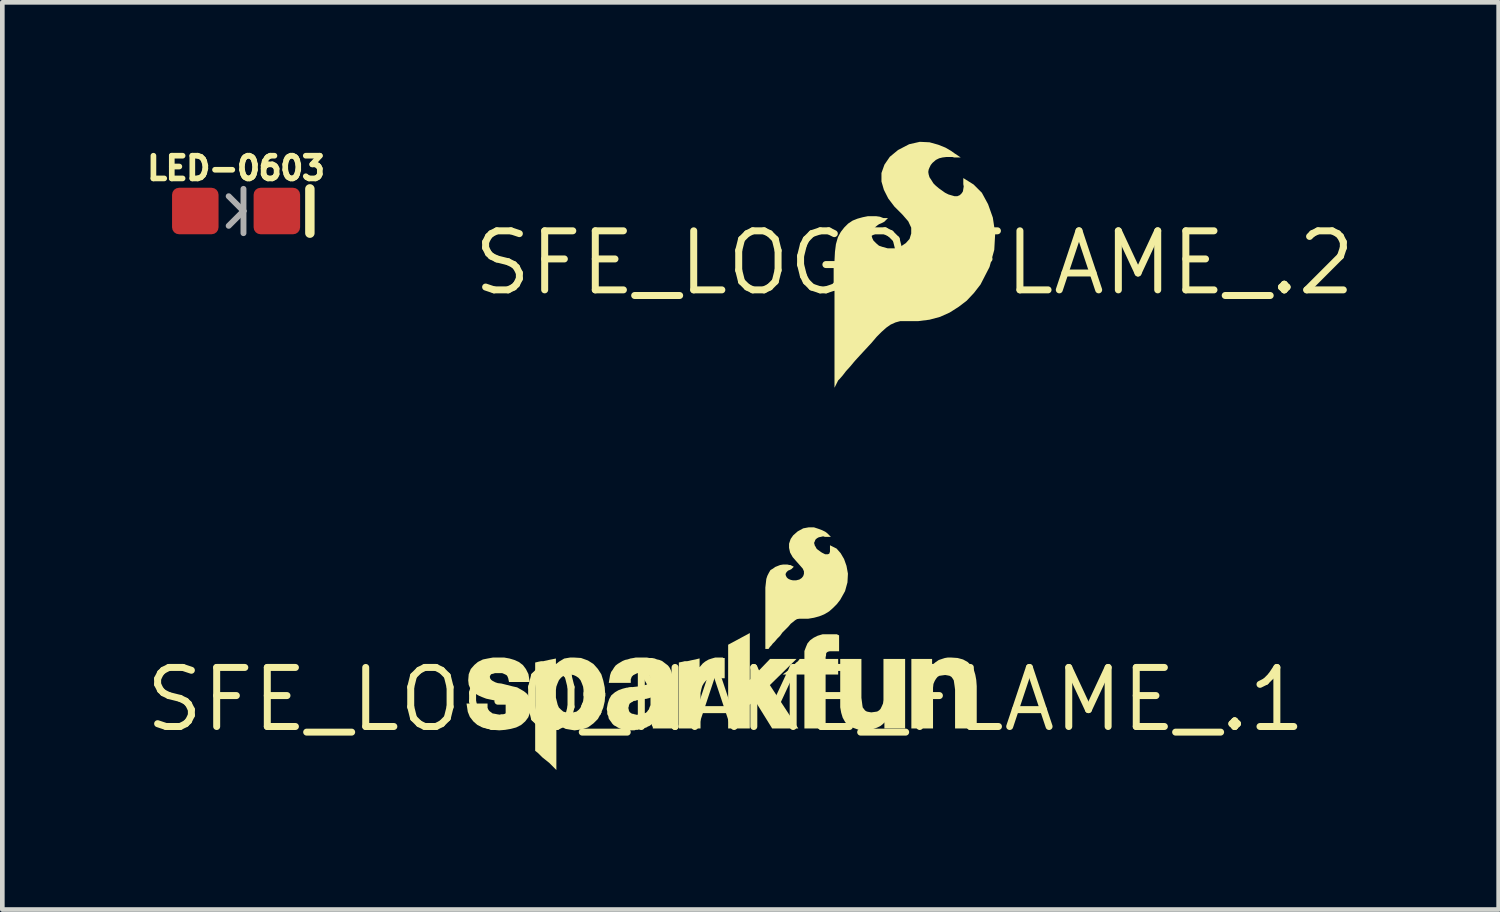
<source format=kicad_pcb>
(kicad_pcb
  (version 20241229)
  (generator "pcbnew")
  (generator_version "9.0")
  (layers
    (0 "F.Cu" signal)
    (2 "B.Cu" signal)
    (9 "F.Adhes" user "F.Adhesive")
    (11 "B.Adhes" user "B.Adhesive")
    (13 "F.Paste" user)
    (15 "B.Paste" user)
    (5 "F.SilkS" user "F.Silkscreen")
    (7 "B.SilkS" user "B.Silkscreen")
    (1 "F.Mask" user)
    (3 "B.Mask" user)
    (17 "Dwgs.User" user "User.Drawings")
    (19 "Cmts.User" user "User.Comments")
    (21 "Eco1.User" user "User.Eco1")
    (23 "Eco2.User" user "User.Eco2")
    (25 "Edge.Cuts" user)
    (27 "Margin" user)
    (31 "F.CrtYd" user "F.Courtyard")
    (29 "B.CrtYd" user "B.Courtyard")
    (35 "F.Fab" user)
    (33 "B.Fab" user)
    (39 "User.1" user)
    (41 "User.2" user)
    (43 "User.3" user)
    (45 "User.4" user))
  (footprint "SFE_LOGO_NAME_FLAME_.1"
    (layer "F.Cu")
    (at 12.556 11.994)
    (property "Reference" "SFE_LOGO_NAME_FLAME_.1" (at 0 0 0) (layer "F.SilkS") (effects (font (size 1.27 1.27) (thickness 0.15))))
    (fp_poly (pts (xy -2.588 -0.143) (xy -2.601 0.04) (xy -2.633 0.176) (xy -2.699 0.335) (xy -3.107 0.144) (xy -3.066 0.035) (xy -3.057 -0.038) (xy -3.057 -0.155)) (stroke (width 0) (type solid)) (fill yes) (layer "F.SilkS"))
    (fp_poly (pts (xy -1.695 -0.036) (xy -1.75 -0.008) (xy -1.773 -0.008) (xy -1.803 0.002) (xy -1.843 0.002) (xy -1.873 0.012) (xy -1.91 0.012) (xy -1.93 0.022) (xy -1.985 0.022) (xy -2.092 -0.258) (xy -1.864 -0.284) (xy -1.76 -0.299)) (stroke (width 0) (type solid)) (fill yes) (layer "F.SilkS"))
    (fp_poly (pts (xy 0.519 -0.421) (xy 0.955 -0.874) (xy 1.524 -0.874) (xy 0.95 -0.311) (xy 1.562 0.622) (xy 1 0.622) (xy 0.623 0.014) (xy 0.519 0.111) (xy 0.519 0.622) (xy 0.053 0.622) (xy 0.053 -1.179) (xy 0.519 -1.43)) (stroke (width 0) (type solid)) (fill yes) (layer "F.SilkS"))
    (fp_poly (pts (xy 2.439 -1.38) (xy 2.439 -1.038) (xy 2.236 -1.038) (xy 2.204 -1.03) (xy 2.177 -1.016) (xy 2.164 -0.997) (xy 2.159 -0.987) (xy 2.159 -0.951) (xy 2.149 -0.911) (xy 2.149 -0.874) (xy 2.419 -0.874) (xy 2.419 -0.538) (xy 2.149 -0.538) (xy 2.149 0.622) (xy 1.693 0.622) (xy 1.693 -0.538) (xy 1.227 -0.538) (xy 1.356 -0.635) (xy 1.516 -0.795) (xy 1.554 -0.823) (xy 1.592 -0.874) (xy 1.693 -0.874) (xy 1.693 -1.043) (xy 1.726 -1.13) (xy 1.758 -1.206) (xy 1.815 -1.274) (xy 1.891 -1.329) (xy 1.977 -1.372) (xy 2.085 -1.404) (xy 2.39 -1.404)) (stroke (width 0) (type solid)) (fill yes) (layer "F.SilkS"))
    (fp_poly (pts (xy -0.053 -0.894) (xy -0.021 -0.894) (xy -0.021 -0.458) (xy -0.078 -0.458) (xy -0.098 -0.468) (xy -0.197 -0.468) (xy -0.292 -0.458) (xy -0.365 -0.44) (xy -0.424 -0.406) (xy -0.468 -0.354) (xy -0.504 -0.291) (xy -0.522 -0.227) (xy -0.541 -0.142) (xy -0.541 0.622) (xy -1.007 0.622) (xy -1.007 -0.797) (xy -0.927 -0.813) (xy -0.884 -0.824) (xy -0.833 -0.824) (xy -0.787 -0.833) (xy -0.747 -0.843) (xy -0.647 -0.863) (xy -0.561 -0.885) (xy -0.561 -0.695) (xy -0.549 -0.71) (xy -0.496 -0.773) (xy -0.44 -0.818) (xy -0.365 -0.861) (xy -0.3 -0.882) (xy -0.224 -0.904) (xy -0.063 -0.904)) (stroke (width 0) (type solid)) (fill yes) (layer "F.SilkS"))
    (fp_poly (pts (xy 2.919 -0.038) (xy 2.939 0.118) (xy 2.947 0.169) (xy 2.997 0.235) (xy 3.035 0.258) (xy 3.078 0.267) (xy 3.132 0.276) (xy 3.205 0.266) (xy 3.258 0.258) (xy 3.297 0.234) (xy 3.33 0.201) (xy 3.356 0.148) (xy 3.384 0.084) (xy 3.393 0.012) (xy 3.393 -0.874) (xy 3.859 -0.874) (xy 3.859 0.622) (xy 3.413 0.622) (xy 3.413 0.49) (xy 3.388 0.521) (xy 3.332 0.566) (xy 3.267 0.599) (xy 3.214 0.62) (xy 3.15 0.641) (xy 3.077 0.652) (xy 3.013 0.662) (xy 2.863 0.652) (xy 2.745 0.609) (xy 2.649 0.555) (xy 2.571 0.488) (xy 2.516 0.389) (xy 2.484 0.283) (xy 2.463 0.167) (xy 2.463 -0.874) (xy 2.919 -0.874)) (stroke (width 0) (type solid)) (fill yes) (layer "F.SilkS"))
    (fp_poly (pts (xy 4.987 -0.894) (xy 5.105 -0.862) (xy 5.204 -0.807) (xy 5.281 -0.73) (xy 5.336 -0.642) (xy 5.368 -0.535) (xy 5.389 -0.421) (xy 5.399 -0.287) (xy 5.399 0.622) (xy 4.933 0.622) (xy 4.933 -0.214) (xy 4.923 -0.291) (xy 4.913 -0.36) (xy 4.905 -0.413) (xy 4.879 -0.455) (xy 4.855 -0.487) (xy 4.817 -0.51) (xy 4.774 -0.519) (xy 4.72 -0.528) (xy 4.647 -0.518) (xy 4.594 -0.51) (xy 4.556 -0.487) (xy 4.522 -0.444) (xy 4.495 -0.399) (xy 4.468 -0.336) (xy 4.459 -0.254) (xy 4.459 0.622) (xy 3.993 0.622) (xy 3.993 -0.874) (xy 4.439 -0.874) (xy 4.439 -0.738) (xy 4.466 -0.764) (xy 4.518 -0.807) (xy 4.584 -0.851) (xy 4.712 -0.893) (xy 4.778 -0.904) (xy 4.842 -0.904)) (stroke (width 0) (type solid)) (fill yes) (layer "F.SilkS"))
    (fp_poly (pts (xy -3.111 -0.894) (xy -2.962 -0.84) (xy -2.844 -0.765) (xy -2.749 -0.659) (xy -2.674 -0.542) (xy -2.632 -0.406) (xy -2.601 -0.261) (xy -2.588 -0.067) (xy -3.057 -0.079) (xy -3.057 -0.204) (xy -3.066 -0.277) (xy -3.094 -0.352) (xy -3.122 -0.416) (xy -3.165 -0.467) (xy -3.217 -0.502) (xy -3.279 -0.529) (xy -3.359 -0.538) (xy -3.43 -0.529) (xy -3.5 -0.502) (xy -3.542 -0.469) (xy -3.586 -0.416) (xy -3.614 -0.352) (xy -3.642 -0.277) (xy -3.651 -0.204) (xy -3.651 -0.041) (xy -3.613 0.112) (xy -3.587 0.172) (xy -3.543 0.216) (xy -3.491 0.26) (xy -3.432 0.276) (xy -3.349 0.286) (xy -3.276 0.276) (xy -3.207 0.259) (xy -3.156 0.217) (xy -3.122 0.174) (xy -3.078 0.073) (xy -2.666 0.267) (xy -2.748 0.417) (xy -2.844 0.513) (xy -2.961 0.598) (xy -3.09 0.641) (xy -3.25 0.663) (xy -3.441 0.631) (xy -3.507 0.597) (xy -3.614 0.533) (xy -3.641 0.5) (xy -3.641 1.516) (xy -3.794 1.362) (xy -3.944 1.242) (xy -4.034 1.152) (xy -4.097 1.102) (xy -4.097 -0.796) (xy -4.027 -0.813) (xy -3.973 -0.824) (xy -3.924 -0.824) (xy -3.887 -0.833) (xy -3.837 -0.843) (xy -3.797 -0.853) (xy -3.651 -0.882) (xy -3.651 -0.758) (xy -3.634 -0.774) (xy -3.581 -0.817) (xy -3.472 -0.882) (xy -3.342 -0.904) (xy -3.268 -0.904)) (stroke (width 0) (type solid)) (fill yes) (layer "F.SilkS"))
    (fp_poly (pts (xy -4.65 -0.883) (xy -4.546 -0.852) (xy -4.45 -0.809) (xy -4.362 -0.743) (xy -4.296 -0.656) (xy -4.242 -0.548) (xy -4.214 -0.378) (xy -4.66 -0.378) (xy -4.676 -0.455) (xy -4.693 -0.498) (xy -4.706 -0.519) (xy -4.728 -0.533) (xy -4.765 -0.551) (xy -4.806 -0.568) (xy -4.963 -0.568) (xy -4.988 -0.559) (xy -5.028 -0.549) (xy -5.045 -0.544) (xy -5.071 -0.504) (xy -5.071 -0.481) (xy -5.064 -0.453) (xy -5.042 -0.423) (xy -5.009 -0.399) (xy -4.954 -0.371) (xy -4.901 -0.353) (xy -4.822 -0.344) (xy -4.58 -0.283) (xy -4.485 -0.262) (xy -4.337 -0.177) (xy -4.27 -0.122) (xy -4.225 -0.054) (xy -4.192 0.024) (xy -4.181 0.125) (xy -4.202 0.263) (xy -4.245 0.382) (xy -4.311 0.47) (xy -4.398 0.546) (xy -4.505 0.6) (xy -4.621 0.631) (xy -4.744 0.652) (xy -4.869 0.662) (xy -4.994 0.652) (xy -5.117 0.631) (xy -5.233 0.6) (xy -5.34 0.546) (xy -5.427 0.47) (xy -5.502 0.373) (xy -5.546 0.264) (xy -5.573 0.086) (xy -5.121 0.086) (xy -5.121 0.177) (xy -5.105 0.215) (xy -5.082 0.247) (xy -5.014 0.298) (xy -4.962 0.307) (xy -4.912 0.317) (xy -4.861 0.325) (xy -4.824 0.316) (xy -4.784 0.316) (xy -4.752 0.308) (xy -4.719 0.291) (xy -4.684 0.265) (xy -4.663 0.245) (xy -4.648 0.184) (xy -4.655 0.157) (xy -4.669 0.129) (xy -4.7 0.106) (xy -4.745 0.079) (xy -4.8 0.061) (xy -4.957 0.021) (xy -5.057 0.001) (xy -5.15 -0.019) (xy -5.233 -0.051) (xy -5.306 -0.082) (xy -5.379 -0.124) (xy -5.446 -0.169) (xy -5.493 -0.238) (xy -5.526 -0.316) (xy -5.537 -0.415) (xy -5.526 -0.545) (xy -5.482 -0.656) (xy -5.406 -0.743) (xy -5.33 -0.808) (xy -5.221 -0.862) (xy -5.116 -0.883) (xy -5.002 -0.904) (xy -4.766 -0.904)) (stroke (width 0) (type solid)) (fill yes) (layer "F.SilkS"))
    (fp_poly (pts (xy 1.994 -3.672) (xy 2.076 -3.641) (xy 2.141 -3.609) (xy 2.186 -3.575) (xy 2.263 -3.498) (xy 2.135 -3.498) (xy 2.105 -3.508) (xy 2.086 -3.508) (xy 2.049 -3.499) (xy 2.003 -3.49) (xy 1.971 -3.473) (xy 1.939 -3.449) (xy 1.926 -3.429) (xy 1.916 -3.401) (xy 1.906 -3.381) (xy 1.901 -3.366) (xy 1.908 -3.347) (xy 1.916 -3.312) (xy 1.934 -3.285) (xy 1.952 -3.249) (xy 1.975 -3.226) (xy 2.003 -3.207) (xy 2.043 -3.177) (xy 2.07 -3.159) (xy 2.14 -3.124) (xy 2.195 -3.124) (xy 2.214 -3.131) (xy 2.229 -3.14) (xy 2.243 -3.182) (xy 2.243 -3.318) (xy 2.385 -3.247) (xy 2.472 -3.148) (xy 2.546 -3.022) (xy 2.598 -2.876) (xy 2.629 -2.708) (xy 2.619 -2.52) (xy 2.567 -2.331) (xy 2.463 -2.145) (xy 2.39 -2.051) (xy 2.307 -1.968) (xy 2.224 -1.895) (xy 2.118 -1.832) (xy 2.013 -1.79) (xy 1.899 -1.759) (xy 1.774 -1.738) (xy 1.584 -1.738) (xy 1.534 -1.73) (xy 1.493 -1.705) (xy 1.398 -1.629) (xy 1.349 -1.57) (xy 1.22 -1.441) (xy 1.17 -1.371) (xy 1.109 -1.31) (xy 1.059 -1.25) (xy 1.01 -1.201) (xy 0.98 -1.161) (xy 0.951 -1.132) (xy 0.921 -1.088) (xy 0.853 -1.088) (xy 0.853 -2.408) (xy 0.874 -2.594) (xy 0.896 -2.661) (xy 0.928 -2.724) (xy 0.963 -2.784) (xy 1.02 -2.818) (xy 1.062 -2.85) (xy 1.171 -2.893) (xy 1.238 -2.904) (xy 1.326 -2.904) (xy 1.366 -2.894) (xy 1.39 -2.894) (xy 1.465 -2.856) (xy 1.414 -2.805) (xy 1.366 -2.781) (xy 1.342 -2.773) (xy 1.311 -2.742) (xy 1.296 -2.719) (xy 1.289 -2.7) (xy 1.289 -2.682) (xy 1.296 -2.661) (xy 1.312 -2.629) (xy 1.335 -2.606) (xy 1.359 -2.59) (xy 1.402 -2.573) (xy 1.445 -2.564) (xy 1.516 -2.564) (xy 1.585 -2.581) (xy 1.635 -2.614) (xy 1.667 -2.654) (xy 1.683 -2.702) (xy 1.683 -2.758) (xy 1.658 -2.815) (xy 1.592 -2.891) (xy 1.512 -2.981) (xy 1.44 -3.064) (xy 1.385 -3.162) (xy 1.363 -3.262) (xy 1.363 -3.352) (xy 1.397 -3.453) (xy 1.452 -3.532) (xy 1.549 -3.617) (xy 1.668 -3.682) (xy 1.788 -3.704) (xy 1.897 -3.704)) (stroke (width 0) (type solid)) (fill yes) (layer "F.SilkS"))
    (fp_poly (pts (xy -1.645 -0.894) (xy -1.585 -0.894) (xy -1.528 -0.883) (xy -1.478 -0.863) (xy -1.428 -0.853) (xy -1.37 -0.83) (xy -1.242 -0.733) (xy -1.206 -0.686) (xy -1.184 -0.642) (xy -1.162 -0.587) (xy -1.151 -0.53) (xy -1.151 0.335) (xy -1.141 0.355) (xy -1.141 0.445) (xy -1.131 0.465) (xy -1.131 0.485) (xy -1.121 0.505) (xy -1.121 0.535) (xy -1.118 0.541) (xy -1.101 0.558) (xy -1.101 0.622) (xy -1.567 0.622) (xy -1.567 0.59) (xy -1.577 0.58) (xy -1.577 0.57) (xy -1.587 0.56) (xy -1.587 0.53) (xy -1.589 0.528) (xy -1.605 0.544) (xy -1.642 0.569) (xy -1.672 0.579) (xy -1.702 0.599) (xy -1.833 0.642) (xy -1.863 0.642) (xy -1.893 0.652) (xy -1.933 0.652) (xy -1.963 0.662) (xy -2.083 0.662) (xy -2.133 0.652) (xy -2.184 0.652) (xy -2.231 0.64) (xy -2.285 0.619) (xy -2.328 0.597) (xy -2.358 0.577) (xy -2.402 0.555) (xy -2.439 0.518) (xy -2.46 0.486) (xy -2.49 0.446) (xy -2.515 0.409) (xy -2.525 0.356) (xy -2.547 0.313) (xy -2.547 0.258) (xy -2.558 0.204) (xy -2.536 0.085) (xy -2.504 -0.012) (xy -2.459 -0.091) (xy -2.381 -0.157) (xy -2.305 -0.201) (xy -2.22 -0.232) (xy -2.136 -0.254) (xy -2.014 -0.267) (xy -1.909 0.008) (xy -1.974 0.029) (xy -1.986 0.035) (xy -1.996 0.045) (xy -2.036 0.065) (xy -2.046 0.075) (xy -2.061 0.082) (xy -2.081 0.123) (xy -2.081 0.143) (xy -2.091 0.163) (xy -2.091 0.198) (xy -2.081 0.228) (xy -2.081 0.245) (xy -2.078 0.251) (xy -2.068 0.261) (xy -2.061 0.276) (xy -2.046 0.283) (xy -2.036 0.293) (xy -2.01 0.306) (xy -1.99 0.306) (xy -1.97 0.316) (xy -1.95 0.316) (xy -1.93 0.326) (xy -1.893 0.326) (xy -1.843 0.316) (xy -1.798 0.316) (xy -1.762 0.298) (xy -1.725 0.289) (xy -1.703 0.274) (xy -1.689 0.26) (xy -1.669 0.23) (xy -1.652 0.213) (xy -1.634 0.159) (xy -1.624 0.139) (xy -1.617 0.118) (xy -1.617 -0.044) (xy -1.65 -0.028) (xy -1.67 -0.028) (xy -1.69 -0.018) (xy -1.769 -0.018) (xy -1.835 -0.283) (xy -1.73 -0.312) (xy -1.675 -0.331) (xy -1.635 -0.355) (xy -1.617 -0.379) (xy -1.617 -0.467) (xy -1.64 -0.513) (xy -1.65 -0.523) (xy -1.657 -0.538) (xy -1.698 -0.558) (xy -1.718 -0.558) (xy -1.738 -0.568) (xy -1.9 -0.568) (xy -1.986 -0.525) (xy -2.018 -0.493) (xy -2.024 -0.481) (xy -2.034 -0.451) (xy -2.041 -0.437) (xy -2.041 -0.358) (xy -2.514 -0.358) (xy -2.486 -0.525) (xy -2.463 -0.594) (xy -2.431 -0.637) (xy -2.401 -0.687) (xy -2.366 -0.733) (xy -2.32 -0.768) (xy -2.216 -0.83) (xy -2.16 -0.853) (xy -2.109 -0.863) (xy -2.048 -0.883) (xy -1.986 -0.893) (xy -1.933 -0.904) (xy -1.695 -0.904)) (stroke (width 0) (type solid)) (fill yes) (layer "F.SilkS")))
  (footprint "LED-0603"
    (layer "F.Cu")
    (at 2.027 1.488)
    (property "Reference" "LED-0603" (at 0 -0.635 0) (layer "F.SilkS") (effects (font (size 0.488 0.488) (thickness 0.122)) (justify bottom)))
    (fp_line (start 1.587 -0.476) (end 1.587 0.476) (stroke (width 0.203) (type solid)) (layer "F.SilkS"))
    (fp_line (start 0.159 -0.476) (end 0.159 0) (stroke (width 0.127) (type solid)) (layer "F.Fab"))
    (fp_line (start 0.159 0) (end -0.159 -0.318) (stroke (width 0.127) (type solid)) (layer "F.Fab"))
    (fp_line (start 0.159 0) (end -0.159 0.318) (stroke (width 0.127) (type solid)) (layer "F.Fab"))
    (fp_line (start 0.159 0) (end 0.159 0.476) (stroke (width 0.127) (type solid)) (layer "F.Fab"))
    (pad "A" smd roundrect (at -0.877 0 270) (size 1 1) (layers "F.Cu" "F.Mask" "F.Paste") (roundrect_rratio 0.15))
    (pad "C" smd roundrect (at 0.877 0 270) (size 1 1) (layers "F.Cu" "F.Mask" "F.Paste") (roundrect_rratio 0.15)))
  (footprint "SFE_LOGO_FLAME_.2"
    (layer "F.Cu")
    (at 16.616 2.604)
    (property "Reference" "SFE_LOGO_FLAME_.2" (at 0 0 0) (layer "F.SilkS") (effects (font (size 1.27 1.27) (thickness 0.15))))
    (fp_poly (pts (xy 0.324 -2.594) (xy 0.51 -2.542) (xy 0.665 -2.48) (xy 0.789 -2.408) (xy 0.86 -2.357) (xy 0.994 -2.268) (xy 0.853 -2.268) (xy 0.813 -2.278) (xy 0.69 -2.278) (xy 0.605 -2.268) (xy 0.531 -2.25) (xy 0.459 -2.214) (xy 0.386 -2.15) (xy 0.35 -2.105) (xy 0.323 -2.05) (xy 0.305 -2.006) (xy 0.297 -1.956) (xy 0.305 -1.904) (xy 0.323 -1.842) (xy 0.36 -1.787) (xy 0.408 -1.71) (xy 0.454 -1.664) (xy 0.522 -1.606) (xy 0.658 -1.509) (xy 0.732 -1.472) (xy 0.863 -1.434) (xy 0.92 -1.434) (xy 0.976 -1.458) (xy 1.018 -1.5) (xy 1.042 -1.539) (xy 1.059 -1.645) (xy 1.05 -1.692) (xy 1.05 -1.825) (xy 1.272 -1.686) (xy 1.449 -1.509) (xy 1.583 -1.262) (xy 1.685 -0.975) (xy 1.736 -0.638) (xy 1.716 -0.28) (xy 1.614 0.088) (xy 1.42 0.465) (xy 1.277 0.649) (xy 1.124 0.812) (xy 0.95 0.945) (xy 0.756 1.068) (xy 0.551 1.16) (xy 0.325 1.221) (xy 0.08 1.252) (xy -0.307 1.252) (xy -0.409 1.28) (xy -0.513 1.327) (xy -0.608 1.394) (xy -0.706 1.482) (xy -0.814 1.59) (xy -0.923 1.719) (xy -1.054 1.86) (xy -1.174 1.99) (xy -1.283 2.109) (xy -1.383 2.229) (xy -1.473 2.328) (xy -1.542 2.418) (xy -1.604 2.49) (xy -1.641 2.527) (xy -1.72 2.685) (xy -1.72 -0.047) (xy -1.71 -0.239) (xy -1.689 -0.404) (xy -1.647 -0.551) (xy -1.584 -0.667) (xy -1.511 -0.761) (xy -1.426 -0.846) (xy -1.33 -0.91) (xy -1.224 -0.952) (xy -1.111 -0.983) (xy -1.006 -1.004) (xy -0.819 -1.004) (xy -0.742 -0.993) (xy -0.689 -0.972) (xy -0.666 -0.964) (xy -0.57 -0.964) (xy -0.649 -0.885) (xy -0.716 -0.851) (xy -0.763 -0.832) (xy -0.799 -0.806) (xy -0.847 -0.768) (xy -0.883 -0.731) (xy -0.908 -0.698) (xy -0.924 -0.65) (xy -0.924 -0.591) (xy -0.906 -0.53) (xy -0.881 -0.479) (xy -0.826 -0.424) (xy -0.763 -0.37) (xy -0.681 -0.342) (xy -0.577 -0.314) (xy -0.427 -0.314) (xy -0.298 -0.351) (xy -0.187 -0.425) (xy -0.106 -0.515) (xy -0.07 -0.632) (xy -0.07 -0.758) (xy -0.134 -0.895) (xy -0.26 -1.04) (xy -0.431 -1.211) (xy -0.564 -1.386) (xy -0.658 -1.572) (xy -0.71 -1.751) (xy -0.71 -1.933) (xy -0.646 -2.113) (xy -0.53 -2.282) (xy -0.353 -2.428) (xy -0.115 -2.552) (xy 0.115 -2.604)) (stroke (width 0) (type solid)) (fill yes) (layer "F.SilkS")))
  (gr_rect
    (start -3 -3)
    (end 29.179 16.51)
    (stroke (width 0.1) (type default))
    (fill no)
    (layer "Edge.Cuts")))
</source>
